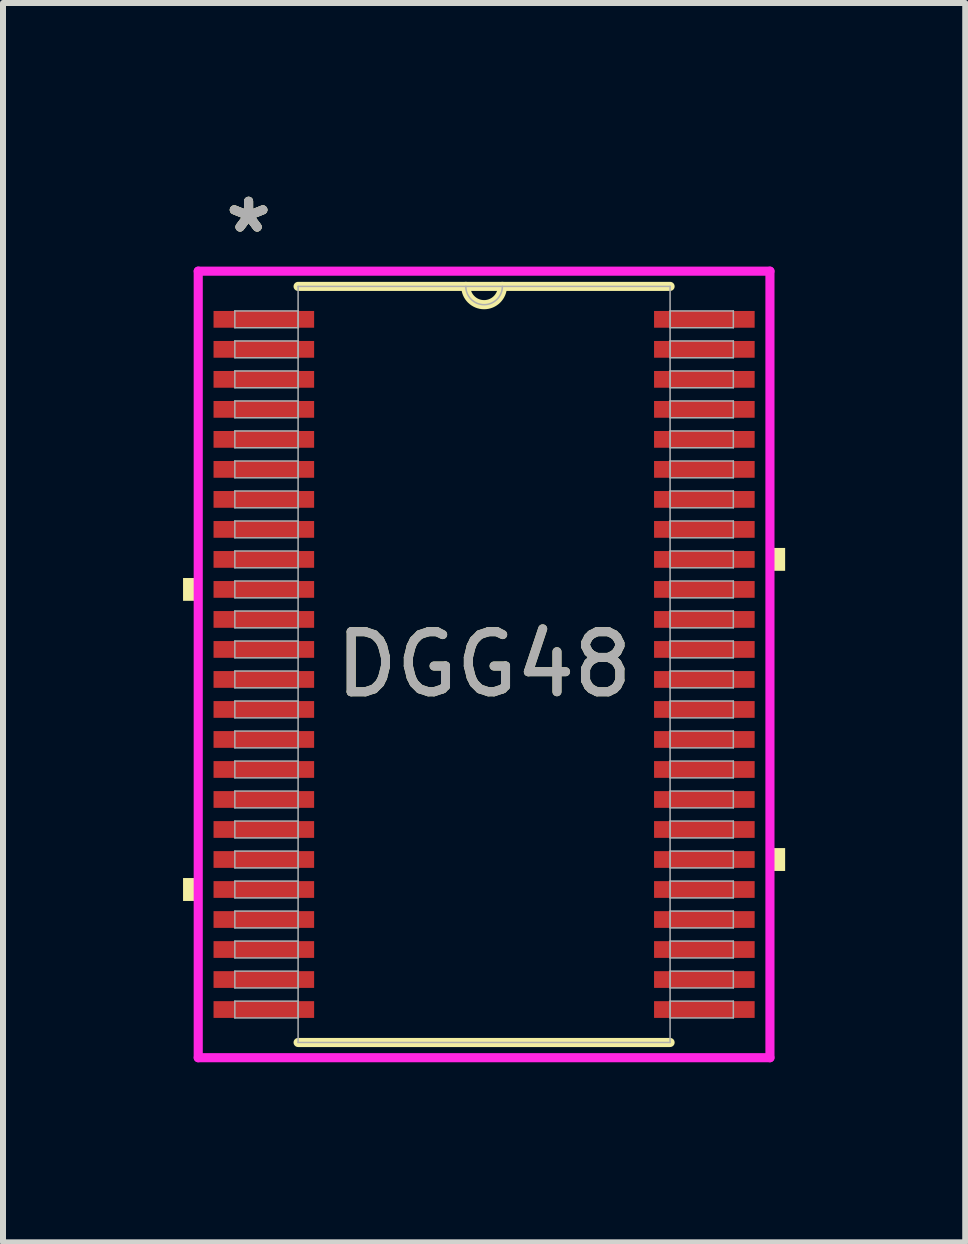
<source format=kicad_pcb>
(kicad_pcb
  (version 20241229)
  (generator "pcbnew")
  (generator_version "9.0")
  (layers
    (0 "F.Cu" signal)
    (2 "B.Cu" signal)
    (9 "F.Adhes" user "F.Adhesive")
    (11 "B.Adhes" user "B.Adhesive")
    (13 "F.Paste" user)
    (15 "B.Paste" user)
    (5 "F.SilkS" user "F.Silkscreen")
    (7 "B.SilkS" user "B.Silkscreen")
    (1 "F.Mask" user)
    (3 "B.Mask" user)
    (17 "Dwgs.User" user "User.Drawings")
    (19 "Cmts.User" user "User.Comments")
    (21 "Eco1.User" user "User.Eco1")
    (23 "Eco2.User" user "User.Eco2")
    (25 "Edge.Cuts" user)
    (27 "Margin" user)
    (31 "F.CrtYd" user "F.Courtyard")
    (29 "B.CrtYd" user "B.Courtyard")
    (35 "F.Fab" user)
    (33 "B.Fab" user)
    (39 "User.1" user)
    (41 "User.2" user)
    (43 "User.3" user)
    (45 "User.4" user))
  (footprint "DGG48"
    (layer "F.Cu")
    (at 5.016 8.021)
    (property "Reference" "DGG48" (at 0 0 0) (unlocked yes) (layer "F.SilkS") (effects (font (size 1 1) (thickness 0.15))))
    (attr smd)
    (fp_line (start -3.099 6.299) (end 3.099 6.299) (stroke (width 0.152) (type solid)) (layer "F.SilkS"))
    (fp_line (start 3.099 -6.299) (end -3.099 -6.299) (stroke (width 0.152) (type solid)) (layer "F.SilkS"))
    (fp_arc (start 0.3048 -6.2992) (mid 0 -5.9944) (end -0.3048 -6.2992) (stroke (width 0.1524) (type solid)) (layer "F.SilkS"))
    (fp_poly (pts (xy -5.016 -1.44) (xy -5.016 -1.06) (xy -4.763 -1.06) (xy -4.763 -1.44)) (stroke (width 0) (type solid)) (fill yes) (layer "F.SilkS"))
    (fp_poly (pts (xy -5.016 3.559) (xy -5.016 3.941) (xy -4.763 3.941) (xy -4.763 3.559)) (stroke (width 0) (type solid)) (fill yes) (layer "F.SilkS"))
    (fp_poly (pts (xy 5.016 -1.941) (xy 5.016 -1.56) (xy 4.763 -1.56) (xy 4.763 -1.941)) (stroke (width 0) (type solid)) (fill yes) (layer "F.SilkS"))
    (fp_poly (pts (xy 5.016 3.06) (xy 5.016 3.441) (xy 4.763 3.441) (xy 4.763 3.06)) (stroke (width 0) (type solid)) (fill yes) (layer "F.SilkS"))
    (fp_line (start -4.763 -6.553) (end 4.763 -6.553) (stroke (width 0.152) (type solid)) (layer "F.CrtYd"))
    (fp_line (start -4.763 6.553) (end -4.763 -6.553) (stroke (width 0.152) (type solid)) (layer "F.CrtYd"))
    (fp_line (start 4.763 -6.553) (end 4.763 6.553) (stroke (width 0.152) (type solid)) (layer "F.CrtYd"))
    (fp_line (start 4.763 6.553) (end -4.763 6.553) (stroke (width 0.152) (type solid)) (layer "F.CrtYd"))
    (fp_line (start -4.153 -5.89) (end -4.153 -5.61) (stroke (width 0.025) (type solid)) (layer "F.Fab"))
    (fp_line (start -4.153 -5.61) (end -3.099 -5.61) (stroke (width 0.025) (type solid)) (layer "F.Fab"))
    (fp_line (start -4.153 -5.39) (end -4.153 -5.11) (stroke (width 0.025) (type solid)) (layer "F.Fab"))
    (fp_line (start -4.153 -5.11) (end -3.099 -5.11) (stroke (width 0.025) (type solid)) (layer "F.Fab"))
    (fp_line (start -4.153 -4.89) (end -4.153 -4.61) (stroke (width 0.025) (type solid)) (layer "F.Fab"))
    (fp_line (start -4.153 -4.61) (end -3.099 -4.61) (stroke (width 0.025) (type solid)) (layer "F.Fab"))
    (fp_line (start -4.153 -4.39) (end -4.153 -4.11) (stroke (width 0.025) (type solid)) (layer "F.Fab"))
    (fp_line (start -4.153 -4.11) (end -3.099 -4.11) (stroke (width 0.025) (type solid)) (layer "F.Fab"))
    (fp_line (start -4.153 -3.89) (end -4.153 -3.61) (stroke (width 0.025) (type solid)) (layer "F.Fab"))
    (fp_line (start -4.153 -3.61) (end -3.099 -3.61) (stroke (width 0.025) (type solid)) (layer "F.Fab"))
    (fp_line (start -4.153 -3.39) (end -4.153 -3.11) (stroke (width 0.025) (type solid)) (layer "F.Fab"))
    (fp_line (start -4.153 -3.11) (end -3.099 -3.11) (stroke (width 0.025) (type solid)) (layer "F.Fab"))
    (fp_line (start -4.153 -2.89) (end -4.153 -2.61) (stroke (width 0.025) (type solid)) (layer "F.Fab"))
    (fp_line (start -4.153 -2.61) (end -3.099 -2.61) (stroke (width 0.025) (type solid)) (layer "F.Fab"))
    (fp_line (start -4.153 -2.39) (end -4.153 -2.11) (stroke (width 0.025) (type solid)) (layer "F.Fab"))
    (fp_line (start -4.153 -2.11) (end -3.099 -2.11) (stroke (width 0.025) (type solid)) (layer "F.Fab"))
    (fp_line (start -4.153 -1.89) (end -4.153 -1.61) (stroke (width 0.025) (type solid)) (layer "F.Fab"))
    (fp_line (start -4.153 -1.61) (end -3.099 -1.61) (stroke (width 0.025) (type solid)) (layer "F.Fab"))
    (fp_line (start -4.153 -1.39) (end -4.153 -1.11) (stroke (width 0.025) (type solid)) (layer "F.Fab"))
    (fp_line (start -4.153 -1.11) (end -3.099 -1.11) (stroke (width 0.025) (type solid)) (layer "F.Fab"))
    (fp_line (start -4.153 -0.89) (end -4.153 -0.61) (stroke (width 0.025) (type solid)) (layer "F.Fab"))
    (fp_line (start -4.153 -0.61) (end -3.099 -0.61) (stroke (width 0.025) (type solid)) (layer "F.Fab"))
    (fp_line (start -4.153 -0.39) (end -4.153 -0.11) (stroke (width 0.025) (type solid)) (layer "F.Fab"))
    (fp_line (start -4.153 -0.11) (end -3.099 -0.11) (stroke (width 0.025) (type solid)) (layer "F.Fab"))
    (fp_line (start -4.153 0.11) (end -4.153 0.39) (stroke (width 0.025) (type solid)) (layer "F.Fab"))
    (fp_line (start -4.153 0.39) (end -3.099 0.39) (stroke (width 0.025) (type solid)) (layer "F.Fab"))
    (fp_line (start -4.153 0.61) (end -4.153 0.89) (stroke (width 0.025) (type solid)) (layer "F.Fab"))
    (fp_line (start -4.153 0.89) (end -3.099 0.89) (stroke (width 0.025) (type solid)) (layer "F.Fab"))
    (fp_line (start -4.153 1.11) (end -4.153 1.39) (stroke (width 0.025) (type solid)) (layer "F.Fab"))
    (fp_line (start -4.153 1.39) (end -3.099 1.39) (stroke (width 0.025) (type solid)) (layer "F.Fab"))
    (fp_line (start -4.153 1.61) (end -4.153 1.89) (stroke (width 0.025) (type solid)) (layer "F.Fab"))
    (fp_line (start -4.153 1.89) (end -3.099 1.89) (stroke (width 0.025) (type solid)) (layer "F.Fab"))
    (fp_line (start -4.153 2.11) (end -4.153 2.39) (stroke (width 0.025) (type solid)) (layer "F.Fab"))
    (fp_line (start -4.153 2.39) (end -3.099 2.39) (stroke (width 0.025) (type solid)) (layer "F.Fab"))
    (fp_line (start -4.153 2.61) (end -4.153 2.89) (stroke (width 0.025) (type solid)) (layer "F.Fab"))
    (fp_line (start -4.153 2.89) (end -3.099 2.89) (stroke (width 0.025) (type solid)) (layer "F.Fab"))
    (fp_line (start -4.153 3.11) (end -4.153 3.39) (stroke (width 0.025) (type solid)) (layer "F.Fab"))
    (fp_line (start -4.153 3.39) (end -3.099 3.39) (stroke (width 0.025) (type solid)) (layer "F.Fab"))
    (fp_line (start -4.153 3.61) (end -4.153 3.89) (stroke (width 0.025) (type solid)) (layer "F.Fab"))
    (fp_line (start -4.153 3.89) (end -3.099 3.89) (stroke (width 0.025) (type solid)) (layer "F.Fab"))
    (fp_line (start -4.153 4.11) (end -4.153 4.39) (stroke (width 0.025) (type solid)) (layer "F.Fab"))
    (fp_line (start -4.153 4.39) (end -3.099 4.39) (stroke (width 0.025) (type solid)) (layer "F.Fab"))
    (fp_line (start -4.153 4.61) (end -4.153 4.89) (stroke (width 0.025) (type solid)) (layer "F.Fab"))
    (fp_line (start -4.153 4.89) (end -3.099 4.89) (stroke (width 0.025) (type solid)) (layer "F.Fab"))
    (fp_line (start -4.153 5.11) (end -4.153 5.39) (stroke (width 0.025) (type solid)) (layer "F.Fab"))
    (fp_line (start -4.153 5.39) (end -3.099 5.39) (stroke (width 0.025) (type solid)) (layer "F.Fab"))
    (fp_line (start -4.153 5.61) (end -4.153 5.89) (stroke (width 0.025) (type solid)) (layer "F.Fab"))
    (fp_line (start -4.153 5.89) (end -3.099 5.89) (stroke (width 0.025) (type solid)) (layer "F.Fab"))
    (fp_line (start -3.099 -6.299) (end -3.099 6.299) (stroke (width 0.025) (type solid)) (layer "F.Fab"))
    (fp_line (start -3.099 -5.89) (end -4.153 -5.89) (stroke (width 0.025) (type solid)) (layer "F.Fab"))
    (fp_line (start -3.099 -5.61) (end -3.099 -5.89) (stroke (width 0.025) (type solid)) (layer "F.Fab"))
    (fp_line (start -3.099 -5.39) (end -4.153 -5.39) (stroke (width 0.025) (type solid)) (layer "F.Fab"))
    (fp_line (start -3.099 -5.11) (end -3.099 -5.39) (stroke (width 0.025) (type solid)) (layer "F.Fab"))
    (fp_line (start -3.099 -4.89) (end -4.153 -4.89) (stroke (width 0.025) (type solid)) (layer "F.Fab"))
    (fp_line (start -3.099 -4.61) (end -3.099 -4.89) (stroke (width 0.025) (type solid)) (layer "F.Fab"))
    (fp_line (start -3.099 -4.39) (end -4.153 -4.39) (stroke (width 0.025) (type solid)) (layer "F.Fab"))
    (fp_line (start -3.099 -4.11) (end -3.099 -4.39) (stroke (width 0.025) (type solid)) (layer "F.Fab"))
    (fp_line (start -3.099 -3.89) (end -4.153 -3.89) (stroke (width 0.025) (type solid)) (layer "F.Fab"))
    (fp_line (start -3.099 -3.61) (end -3.099 -3.89) (stroke (width 0.025) (type solid)) (layer "F.Fab"))
    (fp_line (start -3.099 -3.39) (end -4.153 -3.39) (stroke (width 0.025) (type solid)) (layer "F.Fab"))
    (fp_line (start -3.099 -3.11) (end -3.099 -3.39) (stroke (width 0.025) (type solid)) (layer "F.Fab"))
    (fp_line (start -3.099 -2.89) (end -4.153 -2.89) (stroke (width 0.025) (type solid)) (layer "F.Fab"))
    (fp_line (start -3.099 -2.61) (end -3.099 -2.89) (stroke (width 0.025) (type solid)) (layer "F.Fab"))
    (fp_line (start -3.099 -2.39) (end -4.153 -2.39) (stroke (width 0.025) (type solid)) (layer "F.Fab"))
    (fp_line (start -3.099 -2.11) (end -3.099 -2.39) (stroke (width 0.025) (type solid)) (layer "F.Fab"))
    (fp_line (start -3.099 -1.89) (end -4.153 -1.89) (stroke (width 0.025) (type solid)) (layer "F.Fab"))
    (fp_line (start -3.099 -1.61) (end -3.099 -1.89) (stroke (width 0.025) (type solid)) (layer "F.Fab"))
    (fp_line (start -3.099 -1.39) (end -4.153 -1.39) (stroke (width 0.025) (type solid)) (layer "F.Fab"))
    (fp_line (start -3.099 -1.11) (end -3.099 -1.39) (stroke (width 0.025) (type solid)) (layer "F.Fab"))
    (fp_line (start -3.099 -0.89) (end -4.153 -0.89) (stroke (width 0.025) (type solid)) (layer "F.Fab"))
    (fp_line (start -3.099 -0.61) (end -3.099 -0.89) (stroke (width 0.025) (type solid)) (layer "F.Fab"))
    (fp_line (start -3.099 -0.39) (end -4.153 -0.39) (stroke (width 0.025) (type solid)) (layer "F.Fab"))
    (fp_line (start -3.099 -0.11) (end -3.099 -0.39) (stroke (width 0.025) (type solid)) (layer "F.Fab"))
    (fp_line (start -3.099 0.11) (end -4.153 0.11) (stroke (width 0.025) (type solid)) (layer "F.Fab"))
    (fp_line (start -3.099 0.39) (end -3.099 0.11) (stroke (width 0.025) (type solid)) (layer "F.Fab"))
    (fp_line (start -3.099 0.61) (end -4.153 0.61) (stroke (width 0.025) (type solid)) (layer "F.Fab"))
    (fp_line (start -3.099 0.89) (end -3.099 0.61) (stroke (width 0.025) (type solid)) (layer "F.Fab"))
    (fp_line (start -3.099 1.11) (end -4.153 1.11) (stroke (width 0.025) (type solid)) (layer "F.Fab"))
    (fp_line (start -3.099 1.39) (end -3.099 1.11) (stroke (width 0.025) (type solid)) (layer "F.Fab"))
    (fp_line (start -3.099 1.61) (end -4.153 1.61) (stroke (width 0.025) (type solid)) (layer "F.Fab"))
    (fp_line (start -3.099 1.89) (end -3.099 1.61) (stroke (width 0.025) (type solid)) (layer "F.Fab"))
    (fp_line (start -3.099 2.11) (end -4.153 2.11) (stroke (width 0.025) (type solid)) (layer "F.Fab"))
    (fp_line (start -3.099 2.39) (end -3.099 2.11) (stroke (width 0.025) (type solid)) (layer "F.Fab"))
    (fp_line (start -3.099 2.61) (end -4.153 2.61) (stroke (width 0.025) (type solid)) (layer "F.Fab"))
    (fp_line (start -3.099 2.89) (end -3.099 2.61) (stroke (width 0.025) (type solid)) (layer "F.Fab"))
    (fp_line (start -3.099 3.11) (end -4.153 3.11) (stroke (width 0.025) (type solid)) (layer "F.Fab"))
    (fp_line (start -3.099 3.39) (end -3.099 3.11) (stroke (width 0.025) (type solid)) (layer "F.Fab"))
    (fp_line (start -3.099 3.61) (end -4.153 3.61) (stroke (width 0.025) (type solid)) (layer "F.Fab"))
    (fp_line (start -3.099 3.89) (end -3.099 3.61) (stroke (width 0.025) (type solid)) (layer "F.Fab"))
    (fp_line (start -3.099 4.11) (end -4.153 4.11) (stroke (width 0.025) (type solid)) (layer "F.Fab"))
    (fp_line (start -3.099 4.39) (end -3.099 4.11) (stroke (width 0.025) (type solid)) (layer "F.Fab"))
    (fp_line (start -3.099 4.61) (end -4.153 4.61) (stroke (width 0.025) (type solid)) (layer "F.Fab"))
    (fp_line (start -3.099 4.89) (end -3.099 4.61) (stroke (width 0.025) (type solid)) (layer "F.Fab"))
    (fp_line (start -3.099 5.11) (end -4.153 5.11) (stroke (width 0.025) (type solid)) (layer "F.Fab"))
    (fp_line (start -3.099 5.39) (end -3.099 5.11) (stroke (width 0.025) (type solid)) (layer "F.Fab"))
    (fp_line (start -3.099 5.61) (end -4.153 5.61) (stroke (width 0.025) (type solid)) (layer "F.Fab"))
    (fp_line (start -3.099 5.89) (end -3.099 5.61) (stroke (width 0.025) (type solid)) (layer "F.Fab"))
    (fp_line (start -3.099 6.299) (end 3.099 6.299) (stroke (width 0.025) (type solid)) (layer "F.Fab"))
    (fp_line (start 3.099 -6.299) (end -3.099 -6.299) (stroke (width 0.025) (type solid)) (layer "F.Fab"))
    (fp_line (start 3.099 -5.89) (end 3.099 -5.61) (stroke (width 0.025) (type solid)) (layer "F.Fab"))
    (fp_line (start 3.099 -5.61) (end 4.153 -5.61) (stroke (width 0.025) (type solid)) (layer "F.Fab"))
    (fp_line (start 3.099 -5.39) (end 3.099 -5.11) (stroke (width 0.025) (type solid)) (layer "F.Fab"))
    (fp_line (start 3.099 -5.11) (end 4.153 -5.11) (stroke (width 0.025) (type solid)) (layer "F.Fab"))
    (fp_line (start 3.099 -4.89) (end 3.099 -4.61) (stroke (width 0.025) (type solid)) (layer "F.Fab"))
    (fp_line (start 3.099 -4.61) (end 4.153 -4.61) (stroke (width 0.025) (type solid)) (layer "F.Fab"))
    (fp_line (start 3.099 -4.39) (end 3.099 -4.11) (stroke (width 0.025) (type solid)) (layer "F.Fab"))
    (fp_line (start 3.099 -4.11) (end 4.153 -4.11) (stroke (width 0.025) (type solid)) (layer "F.Fab"))
    (fp_line (start 3.099 -3.89) (end 3.099 -3.61) (stroke (width 0.025) (type solid)) (layer "F.Fab"))
    (fp_line (start 3.099 -3.61) (end 4.153 -3.61) (stroke (width 0.025) (type solid)) (layer "F.Fab"))
    (fp_line (start 3.099 -3.39) (end 3.099 -3.11) (stroke (width 0.025) (type solid)) (layer "F.Fab"))
    (fp_line (start 3.099 -3.11) (end 4.153 -3.11) (stroke (width 0.025) (type solid)) (layer "F.Fab"))
    (fp_line (start 3.099 -2.89) (end 3.099 -2.61) (stroke (width 0.025) (type solid)) (layer "F.Fab"))
    (fp_line (start 3.099 -2.61) (end 4.153 -2.61) (stroke (width 0.025) (type solid)) (layer "F.Fab"))
    (fp_line (start 3.099 -2.39) (end 3.099 -2.11) (stroke (width 0.025) (type solid)) (layer "F.Fab"))
    (fp_line (start 3.099 -2.11) (end 4.153 -2.11) (stroke (width 0.025) (type solid)) (layer "F.Fab"))
    (fp_line (start 3.099 -1.89) (end 3.099 -1.61) (stroke (width 0.025) (type solid)) (layer "F.Fab"))
    (fp_line (start 3.099 -1.61) (end 4.153 -1.61) (stroke (width 0.025) (type solid)) (layer "F.Fab"))
    (fp_line (start 3.099 -1.39) (end 3.099 -1.11) (stroke (width 0.025) (type solid)) (layer "F.Fab"))
    (fp_line (start 3.099 -1.11) (end 4.153 -1.11) (stroke (width 0.025) (type solid)) (layer "F.Fab"))
    (fp_line (start 3.099 -0.89) (end 3.099 -0.61) (stroke (width 0.025) (type solid)) (layer "F.Fab"))
    (fp_line (start 3.099 -0.61) (end 4.153 -0.61) (stroke (width 0.025) (type solid)) (layer "F.Fab"))
    (fp_line (start 3.099 -0.39) (end 3.099 -0.11) (stroke (width 0.025) (type solid)) (layer "F.Fab"))
    (fp_line (start 3.099 -0.11) (end 4.153 -0.11) (stroke (width 0.025) (type solid)) (layer "F.Fab"))
    (fp_line (start 3.099 0.11) (end 3.099 0.39) (stroke (width 0.025) (type solid)) (layer "F.Fab"))
    (fp_line (start 3.099 0.39) (end 4.153 0.39) (stroke (width 0.025) (type solid)) (layer "F.Fab"))
    (fp_line (start 3.099 0.61) (end 3.099 0.89) (stroke (width 0.025) (type solid)) (layer "F.Fab"))
    (fp_line (start 3.099 0.89) (end 4.153 0.89) (stroke (width 0.025) (type solid)) (layer "F.Fab"))
    (fp_line (start 3.099 1.11) (end 3.099 1.39) (stroke (width 0.025) (type solid)) (layer "F.Fab"))
    (fp_line (start 3.099 1.39) (end 4.153 1.39) (stroke (width 0.025) (type solid)) (layer "F.Fab"))
    (fp_line (start 3.099 1.61) (end 3.099 1.89) (stroke (width 0.025) (type solid)) (layer "F.Fab"))
    (fp_line (start 3.099 1.89) (end 4.153 1.89) (stroke (width 0.025) (type solid)) (layer "F.Fab"))
    (fp_line (start 3.099 2.11) (end 3.099 2.39) (stroke (width 0.025) (type solid)) (layer "F.Fab"))
    (fp_line (start 3.099 2.39) (end 4.153 2.39) (stroke (width 0.025) (type solid)) (layer "F.Fab"))
    (fp_line (start 3.099 2.61) (end 3.099 2.89) (stroke (width 0.025) (type solid)) (layer "F.Fab"))
    (fp_line (start 3.099 2.89) (end 4.153 2.89) (stroke (width 0.025) (type solid)) (layer "F.Fab"))
    (fp_line (start 3.099 3.11) (end 3.099 3.39) (stroke (width 0.025) (type solid)) (layer "F.Fab"))
    (fp_line (start 3.099 3.39) (end 4.153 3.39) (stroke (width 0.025) (type solid)) (layer "F.Fab"))
    (fp_line (start 3.099 3.61) (end 3.099 3.89) (stroke (width 0.025) (type solid)) (layer "F.Fab"))
    (fp_line (start 3.099 3.89) (end 4.153 3.89) (stroke (width 0.025) (type solid)) (layer "F.Fab"))
    (fp_line (start 3.099 4.11) (end 3.099 4.39) (stroke (width 0.025) (type solid)) (layer "F.Fab"))
    (fp_line (start 3.099 4.39) (end 4.153 4.39) (stroke (width 0.025) (type solid)) (layer "F.Fab"))
    (fp_line (start 3.099 4.61) (end 3.099 4.89) (stroke (width 0.025) (type solid)) (layer "F.Fab"))
    (fp_line (start 3.099 4.89) (end 4.153 4.89) (stroke (width 0.025) (type solid)) (layer "F.Fab"))
    (fp_line (start 3.099 5.11) (end 3.099 5.39) (stroke (width 0.025) (type solid)) (layer "F.Fab"))
    (fp_line (start 3.099 5.39) (end 4.153 5.39) (stroke (width 0.025) (type solid)) (layer "F.Fab"))
    (fp_line (start 3.099 5.61) (end 3.099 5.89) (stroke (width 0.025) (type solid)) (layer "F.Fab"))
    (fp_line (start 3.099 5.89) (end 4.153 5.89) (stroke (width 0.025) (type solid)) (layer "F.Fab"))
    (fp_line (start 3.099 6.299) (end 3.099 -6.299) (stroke (width 0.025) (type solid)) (layer "F.Fab"))
    (fp_line (start 4.153 -5.89) (end 3.099 -5.89) (stroke (width 0.025) (type solid)) (layer "F.Fab"))
    (fp_line (start 4.153 -5.61) (end 4.153 -5.89) (stroke (width 0.025) (type solid)) (layer "F.Fab"))
    (fp_line (start 4.153 -5.39) (end 3.099 -5.39) (stroke (width 0.025) (type solid)) (layer "F.Fab"))
    (fp_line (start 4.153 -5.11) (end 4.153 -5.39) (stroke (width 0.025) (type solid)) (layer "F.Fab"))
    (fp_line (start 4.153 -4.89) (end 3.099 -4.89) (stroke (width 0.025) (type solid)) (layer "F.Fab"))
    (fp_line (start 4.153 -4.61) (end 4.153 -4.89) (stroke (width 0.025) (type solid)) (layer "F.Fab"))
    (fp_line (start 4.153 -4.39) (end 3.099 -4.39) (stroke (width 0.025) (type solid)) (layer "F.Fab"))
    (fp_line (start 4.153 -4.11) (end 4.153 -4.39) (stroke (width 0.025) (type solid)) (layer "F.Fab"))
    (fp_line (start 4.153 -3.89) (end 3.099 -3.89) (stroke (width 0.025) (type solid)) (layer "F.Fab"))
    (fp_line (start 4.153 -3.61) (end 4.153 -3.89) (stroke (width 0.025) (type solid)) (layer "F.Fab"))
    (fp_line (start 4.153 -3.39) (end 3.099 -3.39) (stroke (width 0.025) (type solid)) (layer "F.Fab"))
    (fp_line (start 4.153 -3.11) (end 4.153 -3.39) (stroke (width 0.025) (type solid)) (layer "F.Fab"))
    (fp_line (start 4.153 -2.89) (end 3.099 -2.89) (stroke (width 0.025) (type solid)) (layer "F.Fab"))
    (fp_line (start 4.153 -2.61) (end 4.153 -2.89) (stroke (width 0.025) (type solid)) (layer "F.Fab"))
    (fp_line (start 4.153 -2.39) (end 3.099 -2.39) (stroke (width 0.025) (type solid)) (layer "F.Fab"))
    (fp_line (start 4.153 -2.11) (end 4.153 -2.39) (stroke (width 0.025) (type solid)) (layer "F.Fab"))
    (fp_line (start 4.153 -1.89) (end 3.099 -1.89) (stroke (width 0.025) (type solid)) (layer "F.Fab"))
    (fp_line (start 4.153 -1.61) (end 4.153 -1.89) (stroke (width 0.025) (type solid)) (layer "F.Fab"))
    (fp_line (start 4.153 -1.39) (end 3.099 -1.39) (stroke (width 0.025) (type solid)) (layer "F.Fab"))
    (fp_line (start 4.153 -1.11) (end 4.153 -1.39) (stroke (width 0.025) (type solid)) (layer "F.Fab"))
    (fp_line (start 4.153 -0.89) (end 3.099 -0.89) (stroke (width 0.025) (type solid)) (layer "F.Fab"))
    (fp_line (start 4.153 -0.61) (end 4.153 -0.89) (stroke (width 0.025) (type solid)) (layer "F.Fab"))
    (fp_line (start 4.153 -0.39) (end 3.099 -0.39) (stroke (width 0.025) (type solid)) (layer "F.Fab"))
    (fp_line (start 4.153 -0.11) (end 4.153 -0.39) (stroke (width 0.025) (type solid)) (layer "F.Fab"))
    (fp_line (start 4.153 0.11) (end 3.099 0.11) (stroke (width 0.025) (type solid)) (layer "F.Fab"))
    (fp_line (start 4.153 0.39) (end 4.153 0.11) (stroke (width 0.025) (type solid)) (layer "F.Fab"))
    (fp_line (start 4.153 0.61) (end 3.099 0.61) (stroke (width 0.025) (type solid)) (layer "F.Fab"))
    (fp_line (start 4.153 0.89) (end 4.153 0.61) (stroke (width 0.025) (type solid)) (layer "F.Fab"))
    (fp_line (start 4.153 1.11) (end 3.099 1.11) (stroke (width 0.025) (type solid)) (layer "F.Fab"))
    (fp_line (start 4.153 1.39) (end 4.153 1.11) (stroke (width 0.025) (type solid)) (layer "F.Fab"))
    (fp_line (start 4.153 1.61) (end 3.099 1.61) (stroke (width 0.025) (type solid)) (layer "F.Fab"))
    (fp_line (start 4.153 1.89) (end 4.153 1.61) (stroke (width 0.025) (type solid)) (layer "F.Fab"))
    (fp_line (start 4.153 2.11) (end 3.099 2.11) (stroke (width 0.025) (type solid)) (layer "F.Fab"))
    (fp_line (start 4.153 2.39) (end 4.153 2.11) (stroke (width 0.025) (type solid)) (layer "F.Fab"))
    (fp_line (start 4.153 2.61) (end 3.099 2.61) (stroke (width 0.025) (type solid)) (layer "F.Fab"))
    (fp_line (start 4.153 2.89) (end 4.153 2.61) (stroke (width 0.025) (type solid)) (layer "F.Fab"))
    (fp_line (start 4.153 3.11) (end 3.099 3.11) (stroke (width 0.025) (type solid)) (layer "F.Fab"))
    (fp_line (start 4.153 3.39) (end 4.153 3.11) (stroke (width 0.025) (type solid)) (layer "F.Fab"))
    (fp_line (start 4.153 3.61) (end 3.099 3.61) (stroke (width 0.025) (type solid)) (layer "F.Fab"))
    (fp_line (start 4.153 3.89) (end 4.153 3.61) (stroke (width 0.025) (type solid)) (layer "F.Fab"))
    (fp_line (start 4.153 4.11) (end 3.099 4.11) (stroke (width 0.025) (type solid)) (layer "F.Fab"))
    (fp_line (start 4.153 4.39) (end 4.153 4.11) (stroke (width 0.025) (type solid)) (layer "F.Fab"))
    (fp_line (start 4.153 4.61) (end 3.099 4.61) (stroke (width 0.025) (type solid)) (layer "F.Fab"))
    (fp_line (start 4.153 4.89) (end 4.153 4.61) (stroke (width 0.025) (type solid)) (layer "F.Fab"))
    (fp_line (start 4.153 5.11) (end 3.099 5.11) (stroke (width 0.025) (type solid)) (layer "F.Fab"))
    (fp_line (start 4.153 5.39) (end 4.153 5.11) (stroke (width 0.025) (type solid)) (layer "F.Fab"))
    (fp_line (start 4.153 5.61) (end 3.099 5.61) (stroke (width 0.025) (type solid)) (layer "F.Fab"))
    (fp_line (start 4.153 5.89) (end 4.153 5.61) (stroke (width 0.025) (type solid)) (layer "F.Fab"))
    (fp_arc (start 0.3048 -6.2992) (mid 0 -5.9944) (end -0.3048 -6.2992) (stroke (width 0.0254) (type solid)) (layer "F.Fab"))
    (fp_text user "*" (at -3.924 -7.172 0) (unlocked yes) (layer "F.SilkS") (effects (font (size 1 1) (thickness 0.15))))
    (fp_text user "*" (at -3.924 -7.172 0) (layer "F.SilkS") (effects (font (size 1 1) (thickness 0.15))))
    (fp_text user "*" (at -3.924 -7.172 0) (layer "F.Fab") (effects (font (size 1 1) (thickness 0.15))))
    (fp_text user "*" (at -3.924 -7.172 0) (unlocked yes) (layer "F.Fab") (effects (font (size 1 1) (thickness 0.15))))
    (fp_text user "${REFERENCE}" (at 0 0 0) (unlocked yes) (layer "F.Fab") (effects (font (size 1 1) (thickness 0.15))))
    (pad "1" smd rect (at -3.67 -5.75) (size 1.676 0.279) (layers "F.Cu" "F.Mask" "F.Paste"))
    (pad "2" smd rect (at -3.67 -5.25) (size 1.676 0.279) (layers "F.Cu" "F.Mask" "F.Paste"))
    (pad "3" smd rect (at -3.67 -4.75) (size 1.676 0.279) (layers "F.Cu" "F.Mask" "F.Paste"))
    (pad "4" smd rect (at -3.67 -4.25) (size 1.676 0.279) (layers "F.Cu" "F.Mask" "F.Paste"))
    (pad "5" smd rect (at -3.67 -3.75) (size 1.676 0.279) (layers "F.Cu" "F.Mask" "F.Paste"))
    (pad "6" smd rect (at -3.67 -3.25) (size 1.676 0.279) (layers "F.Cu" "F.Mask" "F.Paste"))
    (pad "7" smd rect (at -3.67 -2.75) (size 1.676 0.279) (layers "F.Cu" "F.Mask" "F.Paste"))
    (pad "8" smd rect (at -3.67 -2.25) (size 1.676 0.279) (layers "F.Cu" "F.Mask" "F.Paste"))
    (pad "9" smd rect (at -3.67 -1.75) (size 1.676 0.279) (layers "F.Cu" "F.Mask" "F.Paste"))
    (pad "10" smd rect (at -3.67 -1.25) (size 1.676 0.279) (layers "F.Cu" "F.Mask" "F.Paste"))
    (pad "11" smd rect (at -3.67 -0.75) (size 1.676 0.279) (layers "F.Cu" "F.Mask" "F.Paste"))
    (pad "12" smd rect (at -3.67 -0.25) (size 1.676 0.279) (layers "F.Cu" "F.Mask" "F.Paste"))
    (pad "13" smd rect (at -3.67 0.25) (size 1.676 0.279) (layers "F.Cu" "F.Mask" "F.Paste"))
    (pad "14" smd rect (at -3.67 0.75) (size 1.676 0.279) (layers "F.Cu" "F.Mask" "F.Paste"))
    (pad "15" smd rect (at -3.67 1.25) (size 1.676 0.279) (layers "F.Cu" "F.Mask" "F.Paste"))
    (pad "16" smd rect (at -3.67 1.75) (size 1.676 0.279) (layers "F.Cu" "F.Mask" "F.Paste"))
    (pad "17" smd rect (at -3.67 2.25) (size 1.676 0.279) (layers "F.Cu" "F.Mask" "F.Paste"))
    (pad "18" smd rect (at -3.67 2.75) (size 1.676 0.279) (layers "F.Cu" "F.Mask" "F.Paste"))
    (pad "19" smd rect (at -3.67 3.25) (size 1.676 0.279) (layers "F.Cu" "F.Mask" "F.Paste"))
    (pad "20" smd rect (at -3.67 3.75) (size 1.676 0.279) (layers "F.Cu" "F.Mask" "F.Paste"))
    (pad "21" smd rect (at -3.67 4.25) (size 1.676 0.279) (layers "F.Cu" "F.Mask" "F.Paste"))
    (pad "22" smd rect (at -3.67 4.75) (size 1.676 0.279) (layers "F.Cu" "F.Mask" "F.Paste"))
    (pad "23" smd rect (at -3.67 5.25) (size 1.676 0.279) (layers "F.Cu" "F.Mask" "F.Paste"))
    (pad "24" smd rect (at -3.67 5.75) (size 1.676 0.279) (layers "F.Cu" "F.Mask" "F.Paste"))
    (pad "25" smd rect (at 3.67 5.75) (size 1.676 0.279) (layers "F.Cu" "F.Mask" "F.Paste"))
    (pad "26" smd rect (at 3.67 5.25) (size 1.676 0.279) (layers "F.Cu" "F.Mask" "F.Paste"))
    (pad "27" smd rect (at 3.67 4.75) (size 1.676 0.279) (layers "F.Cu" "F.Mask" "F.Paste"))
    (pad "28" smd rect (at 3.67 4.25) (size 1.676 0.279) (layers "F.Cu" "F.Mask" "F.Paste"))
    (pad "29" smd rect (at 3.67 3.75) (size 1.676 0.279) (layers "F.Cu" "F.Mask" "F.Paste"))
    (pad "30" smd rect (at 3.67 3.25) (size 1.676 0.279) (layers "F.Cu" "F.Mask" "F.Paste"))
    (pad "31" smd rect (at 3.67 2.75) (size 1.676 0.279) (layers "F.Cu" "F.Mask" "F.Paste"))
    (pad "32" smd rect (at 3.67 2.25) (size 1.676 0.279) (layers "F.Cu" "F.Mask" "F.Paste"))
    (pad "33" smd rect (at 3.67 1.75) (size 1.676 0.279) (layers "F.Cu" "F.Mask" "F.Paste"))
    (pad "34" smd rect (at 3.67 1.25) (size 1.676 0.279) (layers "F.Cu" "F.Mask" "F.Paste"))
    (pad "35" smd rect (at 3.67 0.75) (size 1.676 0.279) (layers "F.Cu" "F.Mask" "F.Paste"))
    (pad "36" smd rect (at 3.67 0.25) (size 1.676 0.279) (layers "F.Cu" "F.Mask" "F.Paste"))
    (pad "37" smd rect (at 3.67 -0.25) (size 1.676 0.279) (layers "F.Cu" "F.Mask" "F.Paste"))
    (pad "38" smd rect (at 3.67 -0.75) (size 1.676 0.279) (layers "F.Cu" "F.Mask" "F.Paste"))
    (pad "39" smd rect (at 3.67 -1.25) (size 1.676 0.279) (layers "F.Cu" "F.Mask" "F.Paste"))
    (pad "40" smd rect (at 3.67 -1.75) (size 1.676 0.279) (layers "F.Cu" "F.Mask" "F.Paste"))
    (pad "41" smd rect (at 3.67 -2.25) (size 1.676 0.279) (layers "F.Cu" "F.Mask" "F.Paste"))
    (pad "42" smd rect (at 3.67 -2.75) (size 1.676 0.279) (layers "F.Cu" "F.Mask" "F.Paste"))
    (pad "43" smd rect (at 3.67 -3.25) (size 1.676 0.279) (layers "F.Cu" "F.Mask" "F.Paste"))
    (pad "44" smd rect (at 3.67 -3.75) (size 1.676 0.279) (layers "F.Cu" "F.Mask" "F.Paste"))
    (pad "45" smd rect (at 3.67 -4.25) (size 1.676 0.279) (layers "F.Cu" "F.Mask" "F.Paste"))
    (pad "46" smd rect (at 3.67 -4.75) (size 1.676 0.279) (layers "F.Cu" "F.Mask" "F.Paste"))
    (pad "47" smd rect (at 3.67 -5.25) (size 1.676 0.279) (layers "F.Cu" "F.Mask" "F.Paste"))
    (pad "48" smd rect (at 3.67 -5.75) (size 1.676 0.279) (layers "F.Cu" "F.Mask" "F.Paste")))
  (gr_rect
    (start -3 -3)
    (end 13.033 17.65)
    (stroke (width 0.1) (type default))
    (fill no)
    (layer "Edge.Cuts")))
</source>
